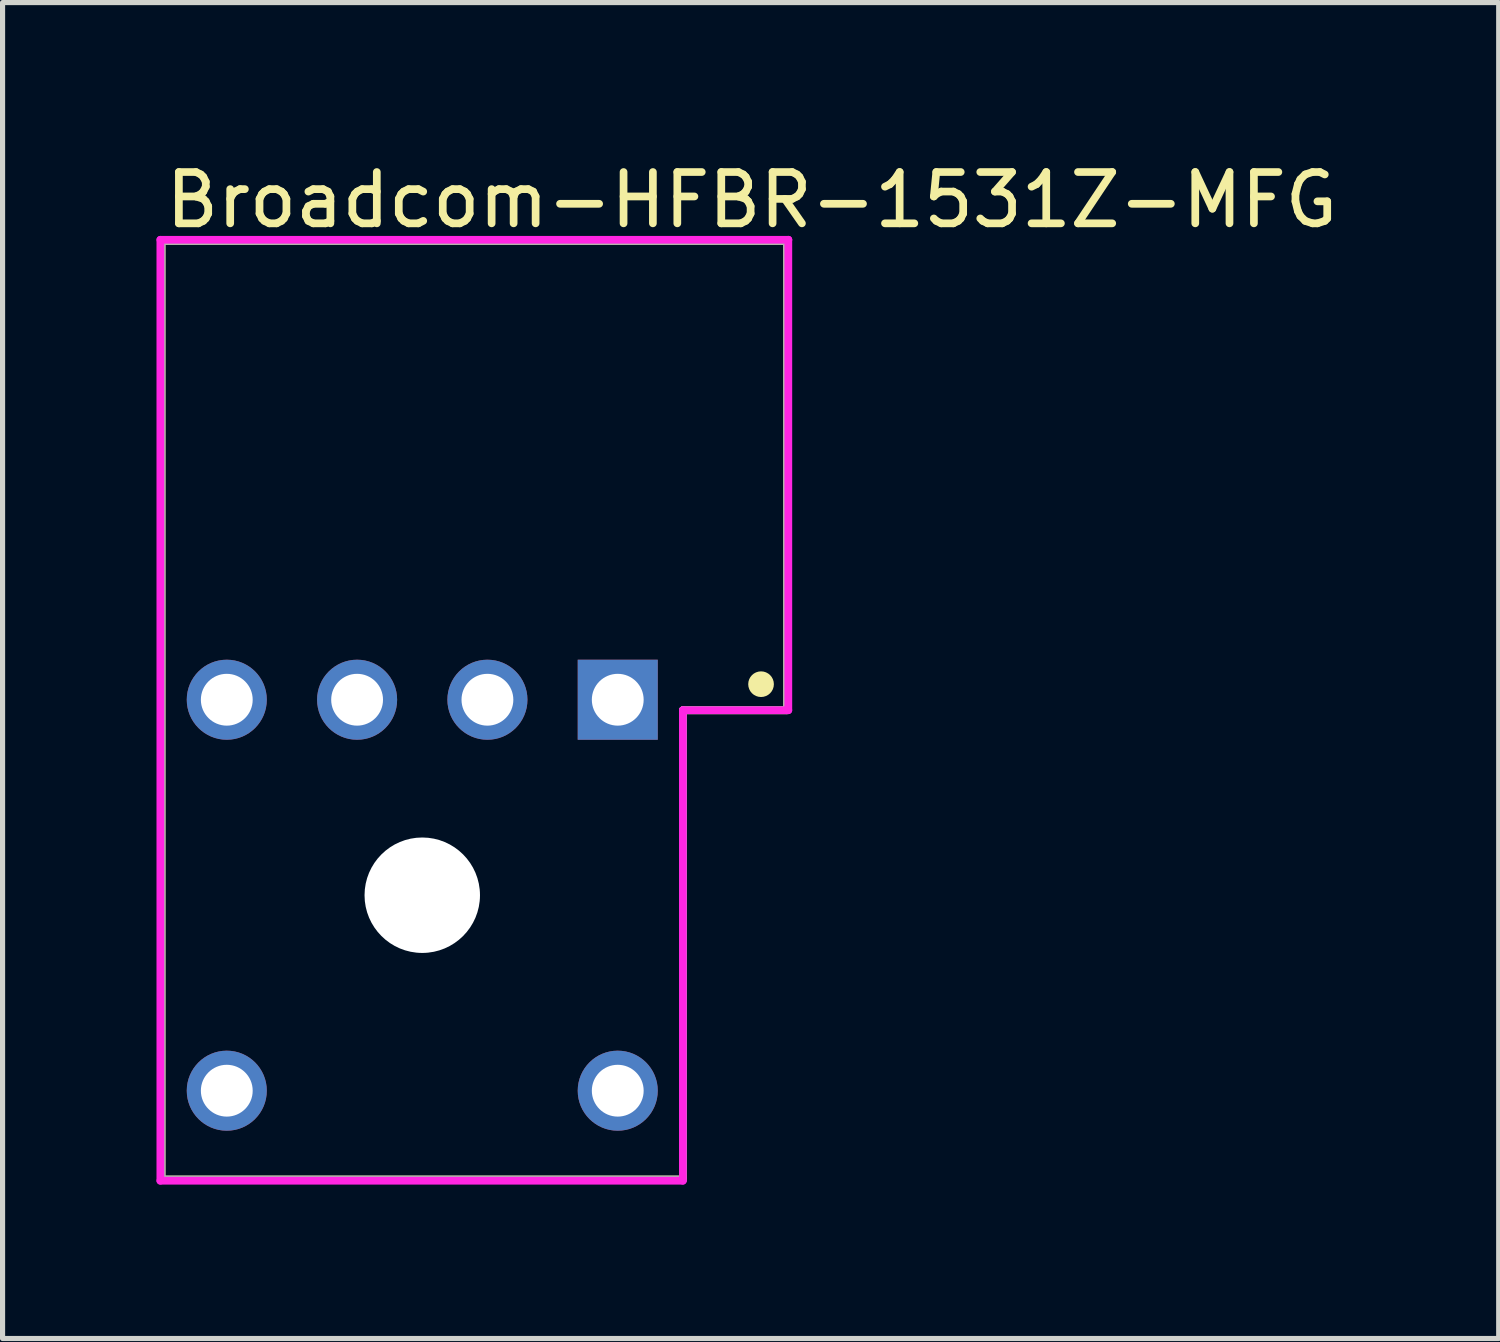
<source format=kicad_pcb>
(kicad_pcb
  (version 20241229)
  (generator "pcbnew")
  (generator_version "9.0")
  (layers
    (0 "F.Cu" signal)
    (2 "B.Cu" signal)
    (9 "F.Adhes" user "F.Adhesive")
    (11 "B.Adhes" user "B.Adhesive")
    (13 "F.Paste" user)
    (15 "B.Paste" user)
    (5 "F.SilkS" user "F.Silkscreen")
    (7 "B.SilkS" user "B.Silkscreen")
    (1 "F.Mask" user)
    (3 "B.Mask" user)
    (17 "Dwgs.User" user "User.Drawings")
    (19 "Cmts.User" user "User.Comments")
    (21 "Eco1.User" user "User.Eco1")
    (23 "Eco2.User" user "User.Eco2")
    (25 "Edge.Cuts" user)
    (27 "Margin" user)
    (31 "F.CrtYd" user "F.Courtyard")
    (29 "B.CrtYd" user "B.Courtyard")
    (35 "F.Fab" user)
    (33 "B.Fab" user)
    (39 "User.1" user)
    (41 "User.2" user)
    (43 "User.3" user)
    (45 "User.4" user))
  (footprint "Broadcom-HFBR-1531Z-MFG"
    (layer "F.Cu")
    (at 6.195 10.793)
    (property "Reference" "Broadcom-HFBR-1531Z-MFG" (at -6.095 -9.945 0) (layer "F.SilkS") (effects (font (size 1 1) (thickness 0.15)) (justify left)))
    (attr through_hole)
    (fp_line (start -6.095 -9.145) (end 6.095 -9.145) (stroke (width 0.15) (type solid)) (layer "F.SilkS"))
    (fp_line (start -6.095 9.145) (end -6.095 -9.145) (stroke (width 0.15) (type solid)) (layer "F.SilkS"))
    (fp_line (start -6.095 9.145) (end 4.064 9.145) (stroke (width 0.15) (type solid)) (layer "F.SilkS"))
    (fp_line (start 4.064 0) (end 6.095 0) (stroke (width 0.15) (type solid)) (layer "F.SilkS"))
    (fp_line (start 4.064 9.145) (end 4.064 0) (stroke (width 0.15) (type solid)) (layer "F.SilkS"))
    (fp_line (start 6.095 0) (end 6.095 -9.145) (stroke (width 0.15) (type solid)) (layer "F.SilkS"))
    (fp_circle (center 5.588 -0.508) (end 5.713 -0.508) (stroke (width 0.25) (type solid)) (fill no) (layer "F.SilkS"))
    (fp_line (start -6.12 -9.17) (end -6.12 9.17) (stroke (width 0.15) (type solid)) (layer "F.CrtYd"))
    (fp_line (start -6.12 9.17) (end 4.064 9.17) (stroke (width 0.15) (type solid)) (layer "F.CrtYd"))
    (fp_line (start 4.064 0) (end 6.12 0) (stroke (width 0.15) (type solid)) (layer "F.CrtYd"))
    (fp_line (start 4.064 9.17) (end 4.064 0) (stroke (width 0.15) (type solid)) (layer "F.CrtYd"))
    (fp_line (start 6.12 -9.17) (end -6.12 -9.17) (stroke (width 0.15) (type solid)) (layer "F.CrtYd"))
    (fp_line (start 6.12 -9.17) (end 6.12 -9.17) (stroke (width 0.15) (type solid)) (layer "F.CrtYd"))
    (fp_line (start 6.12 0) (end 6.12 -9.17) (stroke (width 0.15) (type solid)) (layer "F.CrtYd"))
    (fp_line (start -6.095 -9.145) (end 6.095 -9.145) (stroke (width 0.15) (type solid)) (layer "F.Fab"))
    (fp_line (start -6.095 9.145) (end -6.095 -9.145) (stroke (width 0.15) (type solid)) (layer "F.Fab"))
    (fp_line (start 4.064 0) (end 6.095 0) (stroke (width 0.15) (type solid)) (layer "F.Fab"))
    (fp_line (start 4.064 9.145) (end -6.095 9.145) (stroke (width 0.15) (type solid)) (layer "F.Fab"))
    (fp_line (start 4.064 9.145) (end 4.064 0) (stroke (width 0.15) (type solid)) (layer "F.Fab"))
    (fp_line (start 6.095 -9.145) (end 6.095 0) (stroke (width 0.15) (type solid)) (layer "F.Fab"))
    (pad "" np_thru_hole circle (at -1.015 3.605) (size 2.25 2.25) (drill 2.25) (layers "*.Cu" "*.Mask"))
    (pad "1" thru_hole rect (at 2.795 -0.205) (size 1.56 1.56) (drill 1.01) (layers "*.Cu" "*.Mask"))
    (pad "2" thru_hole circle (at 0.255 -0.205) (size 1.56 1.56) (drill 1.01) (layers "*.Cu" "*.Mask"))
    (pad "3" thru_hole circle (at -2.285 -0.205) (size 1.56 1.56) (drill 1.01) (layers "*.Cu" "*.Mask"))
    (pad "4" thru_hole circle (at -4.825 -0.205) (size 1.56 1.56) (drill 1.01) (layers "*.Cu" "*.Mask"))
    (pad "5" thru_hole circle (at -4.825 7.415) (size 1.56 1.56) (drill 1.01) (layers "*.Cu" "*.Mask"))
    (pad "8" thru_hole circle (at 2.795 7.415) (size 1.56 1.56) (drill 1.01) (layers "*.Cu" "*.Mask")))
  (gr_rect
    (start -3 -3)
    (end 26.16 23.038)
    (stroke (width 0.1) (type default))
    (fill no)
    (layer "Edge.Cuts")))
</source>
